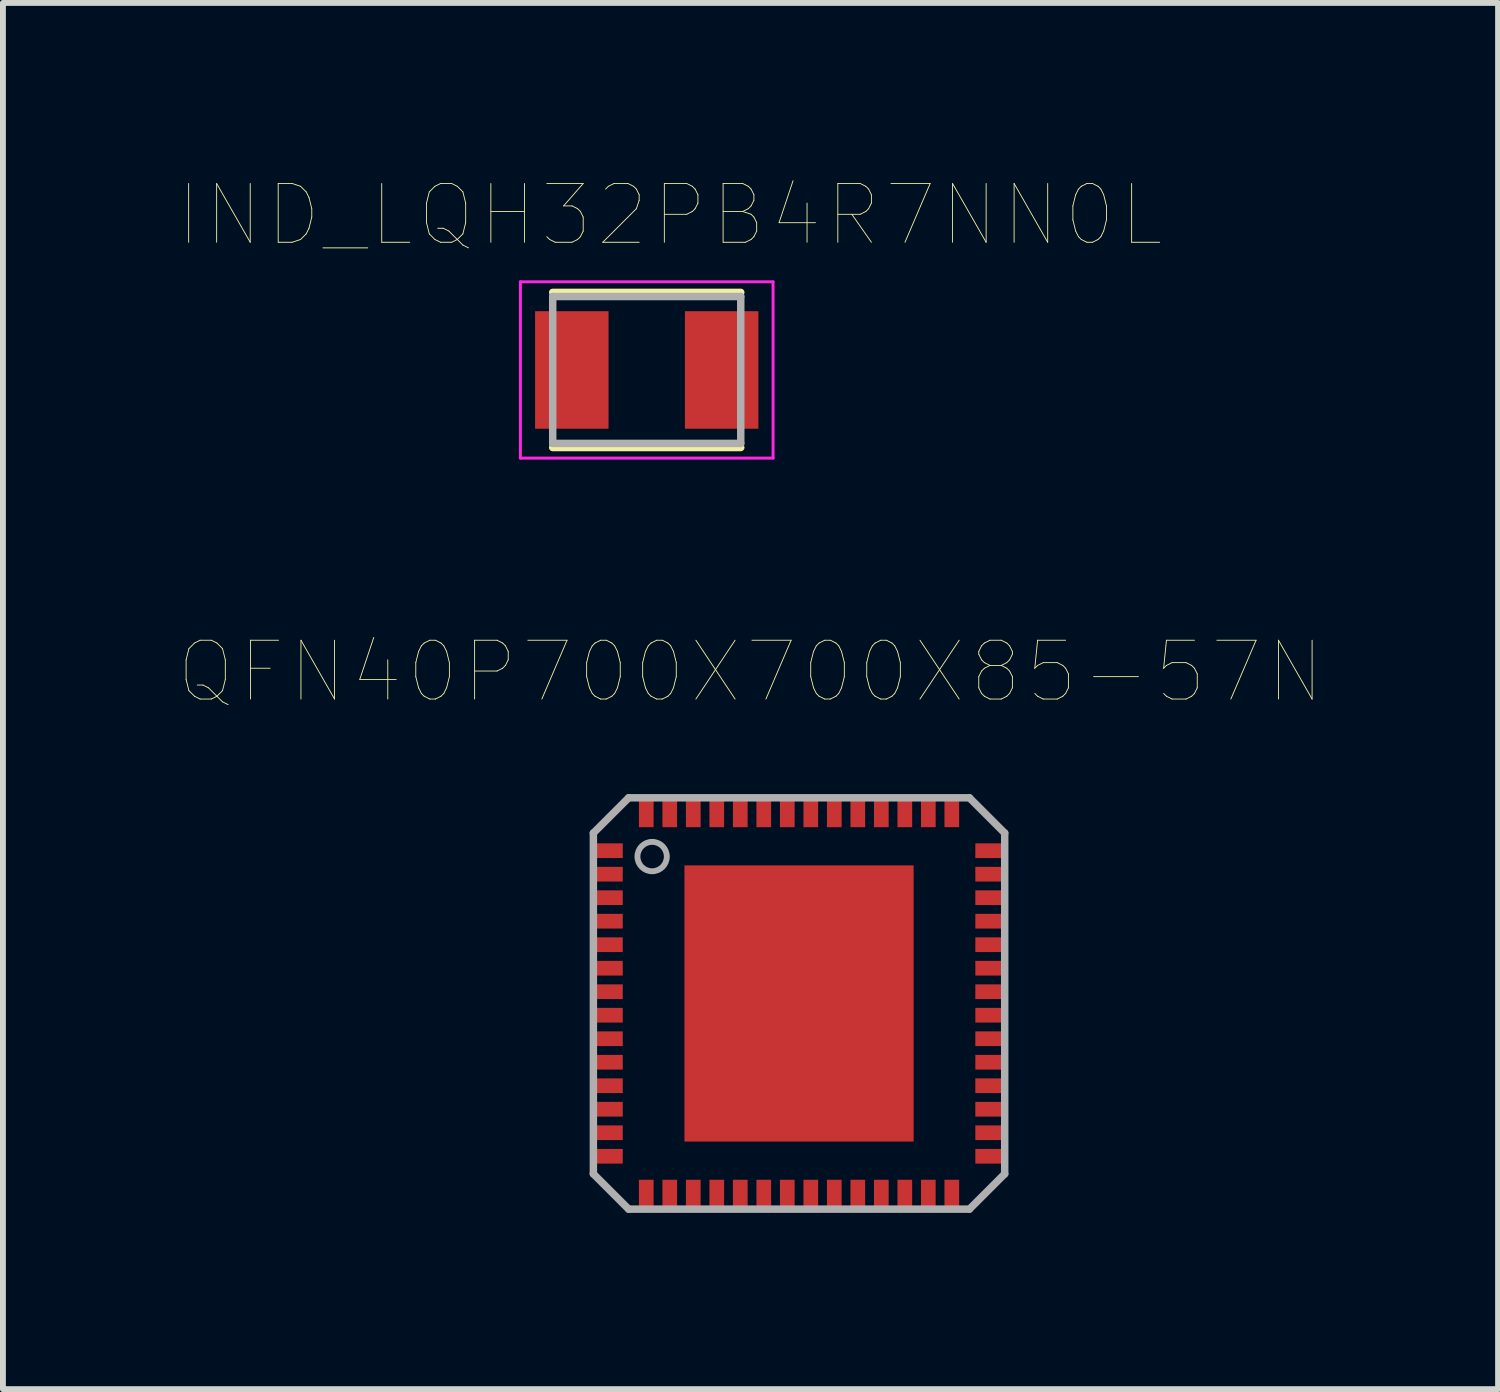
<source format=kicad_pcb>
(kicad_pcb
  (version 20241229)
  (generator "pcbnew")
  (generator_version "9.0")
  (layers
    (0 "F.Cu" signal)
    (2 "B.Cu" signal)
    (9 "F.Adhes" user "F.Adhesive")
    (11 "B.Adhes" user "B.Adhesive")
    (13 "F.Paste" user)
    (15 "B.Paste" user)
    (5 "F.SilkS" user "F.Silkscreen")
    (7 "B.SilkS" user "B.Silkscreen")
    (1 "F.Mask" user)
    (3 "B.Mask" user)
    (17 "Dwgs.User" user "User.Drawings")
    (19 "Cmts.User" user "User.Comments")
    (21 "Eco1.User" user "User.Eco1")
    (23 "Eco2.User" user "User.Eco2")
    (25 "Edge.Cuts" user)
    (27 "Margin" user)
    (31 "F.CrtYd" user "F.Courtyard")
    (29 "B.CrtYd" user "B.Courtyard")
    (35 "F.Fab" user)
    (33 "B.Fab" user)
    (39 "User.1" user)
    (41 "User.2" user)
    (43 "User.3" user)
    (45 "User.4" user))
  (footprint "IND_LQH32PB4R7NN0L"
    (layer "F.Cu")
    (at 7.956 3.246)
    (property "Reference" "IND_LQH32PB4R7NN0L" (at 0.395 -2.635 0) (layer "F.SilkS") (effects (font (size 1 1) (thickness 0.015))))
    (attr through_hole)
    (fp_line (start -1.6 -1.32) (end 1.6 -1.32) (stroke (width 0.127) (type solid)) (layer "F.SilkS"))
    (fp_line (start -1.6 1.32) (end 1.6 1.32) (stroke (width 0.127) (type solid)) (layer "F.SilkS"))
    (fp_line (start -2.15 -1.5) (end 2.15 -1.5) (stroke (width 0.05) (type solid)) (layer "F.CrtYd"))
    (fp_line (start -2.15 1.5) (end -2.15 -1.5) (stroke (width 0.05) (type solid)) (layer "F.CrtYd"))
    (fp_line (start 2.15 -1.5) (end 2.15 1.5) (stroke (width 0.05) (type solid)) (layer "F.CrtYd"))
    (fp_line (start 2.15 1.5) (end -2.15 1.5) (stroke (width 0.05) (type solid)) (layer "F.CrtYd"))
    (fp_line (start -1.6 -1.25) (end 1.6 -1.25) (stroke (width 0.127) (type solid)) (layer "F.Fab"))
    (fp_line (start -1.6 1.25) (end -1.6 -1.25) (stroke (width 0.127) (type solid)) (layer "F.Fab"))
    (fp_line (start 1.6 -1.25) (end 1.6 1.25) (stroke (width 0.127) (type solid)) (layer "F.Fab"))
    (fp_line (start 1.6 1.25) (end -1.6 1.25) (stroke (width 0.127) (type solid)) (layer "F.Fab"))
    (pad "1" smd rect (at -1.275 0) (size 1.25 2) (layers "F.Cu" "F.Mask" "F.Paste"))
    (pad "2" smd rect (at 1.275 0) (size 1.25 2) (layers "F.Cu" "F.Mask" "F.Paste")))
  (footprint "QFN40P700X700X85-57N"
    (layer "F.Cu")
    (at 10.548 14.027)
    (property "Reference" "QFN40P700X700X85-57N" (at -0.826 -5.643 0) (layer "F.SilkS") (effects (font (size 1.001 1.001) (thickness 0.015))))
    (attr through_hole)
    (fp_line (start -3.5 -2.9) (end -3.5 2.9) (stroke (width 0.127) (type solid)) (layer "F.Fab"))
    (fp_line (start -3.5 2.9) (end -2.9 3.5) (stroke (width 0.127) (type solid)) (layer "F.Fab"))
    (fp_line (start -2.9 -3.5) (end -3.5 -2.9) (stroke (width 0.127) (type solid)) (layer "F.Fab"))
    (fp_line (start -2.9 3.5) (end 2.9 3.5) (stroke (width 0.127) (type solid)) (layer "F.Fab"))
    (fp_line (start 2.9 -3.5) (end -2.9 -3.5) (stroke (width 0.127) (type solid)) (layer "F.Fab"))
    (fp_line (start 2.9 -3.5) (end 3.5 -2.9) (stroke (width 0.127) (type solid)) (layer "F.Fab"))
    (fp_line (start 3.5 2.9) (end 2.9 3.5) (stroke (width 0.127) (type solid)) (layer "F.Fab"))
    (fp_line (start 3.5 2.9) (end 3.5 -2.9) (stroke (width 0.127) (type solid)) (layer "F.Fab"))
    (fp_circle (center -2.5 -2.5) (end -2.25 -2.5) (stroke (width 0.1) (type solid)) (fill no) (layer "F.Fab"))
    (pad "1" smd rect (at -3.25 -2.6) (size 0.5 0.25) (layers "F.Cu" "F.Mask" "F.Paste"))
    (pad "2" smd rect (at -3.25 -2.2) (size 0.5 0.25) (layers "F.Cu" "F.Mask" "F.Paste"))
    (pad "3" smd rect (at -3.25 -1.8) (size 0.5 0.25) (layers "F.Cu" "F.Mask" "F.Paste"))
    (pad "4" smd rect (at -3.25 -1.4) (size 0.5 0.25) (layers "F.Cu" "F.Mask" "F.Paste"))
    (pad "5" smd rect (at -3.25 -1) (size 0.5 0.25) (layers "F.Cu" "F.Mask" "F.Paste"))
    (pad "6" smd rect (at -3.25 -0.6) (size 0.5 0.25) (layers "F.Cu" "F.Mask" "F.Paste"))
    (pad "7" smd rect (at -3.25 -0.2) (size 0.5 0.25) (layers "F.Cu" "F.Mask" "F.Paste"))
    (pad "8" smd rect (at -3.25 0.2) (size 0.5 0.25) (layers "F.Cu" "F.Mask" "F.Paste"))
    (pad "9" smd rect (at -3.25 0.6) (size 0.5 0.25) (layers "F.Cu" "F.Mask" "F.Paste"))
    (pad "10" smd rect (at -3.25 1) (size 0.5 0.25) (layers "F.Cu" "F.Mask" "F.Paste"))
    (pad "11" smd rect (at -3.25 1.4) (size 0.5 0.25) (layers "F.Cu" "F.Mask" "F.Paste"))
    (pad "12" smd rect (at -3.25 1.8) (size 0.5 0.25) (layers "F.Cu" "F.Mask" "F.Paste"))
    (pad "13" smd rect (at -3.25 2.2) (size 0.5 0.25) (layers "F.Cu" "F.Mask" "F.Paste"))
    (pad "14" smd rect (at -3.25 2.6) (size 0.5 0.25) (layers "F.Cu" "F.Mask" "F.Paste"))
    (pad "15" smd rect (at -2.6 3.25) (size 0.25 0.5) (layers "F.Cu" "F.Mask" "F.Paste"))
    (pad "16" smd rect (at -2.2 3.25) (size 0.25 0.5) (layers "F.Cu" "F.Mask" "F.Paste"))
    (pad "17" smd rect (at -1.8 3.25) (size 0.25 0.5) (layers "F.Cu" "F.Mask" "F.Paste"))
    (pad "18" smd rect (at -1.4 3.25) (size 0.25 0.5) (layers "F.Cu" "F.Mask" "F.Paste"))
    (pad "19" smd rect (at -1 3.25) (size 0.25 0.5) (layers "F.Cu" "F.Mask" "F.Paste"))
    (pad "20" smd rect (at -0.6 3.25) (size 0.25 0.5) (layers "F.Cu" "F.Mask" "F.Paste"))
    (pad "21" smd rect (at -0.2 3.25) (size 0.25 0.5) (layers "F.Cu" "F.Mask" "F.Paste"))
    (pad "22" smd rect (at 0.2 3.25) (size 0.25 0.5) (layers "F.Cu" "F.Mask" "F.Paste"))
    (pad "23" smd rect (at 0.6 3.25) (size 0.25 0.5) (layers "F.Cu" "F.Mask" "F.Paste"))
    (pad "24" smd rect (at 1 3.25) (size 0.25 0.5) (layers "F.Cu" "F.Mask" "F.Paste"))
    (pad "25" smd rect (at 1.4 3.25) (size 0.25 0.5) (layers "F.Cu" "F.Mask" "F.Paste"))
    (pad "26" smd rect (at 1.8 3.25) (size 0.25 0.5) (layers "F.Cu" "F.Mask" "F.Paste"))
    (pad "27" smd rect (at 2.2 3.25) (size 0.25 0.5) (layers "F.Cu" "F.Mask" "F.Paste"))
    (pad "28" smd rect (at 2.6 3.25) (size 0.25 0.5) (layers "F.Cu" "F.Mask" "F.Paste"))
    (pad "29" smd rect (at 3.25 2.6) (size 0.5 0.25) (layers "F.Cu" "F.Mask" "F.Paste"))
    (pad "30" smd rect (at 3.25 2.2) (size 0.5 0.25) (layers "F.Cu" "F.Mask" "F.Paste"))
    (pad "31" smd rect (at 3.25 1.8) (size 0.5 0.25) (layers "F.Cu" "F.Mask" "F.Paste"))
    (pad "32" smd rect (at 3.25 1.4) (size 0.5 0.25) (layers "F.Cu" "F.Mask" "F.Paste"))
    (pad "33" smd rect (at 3.25 1) (size 0.5 0.25) (layers "F.Cu" "F.Mask" "F.Paste"))
    (pad "34" smd rect (at 3.25 0.6) (size 0.5 0.25) (layers "F.Cu" "F.Mask" "F.Paste"))
    (pad "35" smd rect (at 3.25 0.2) (size 0.5 0.25) (layers "F.Cu" "F.Mask" "F.Paste"))
    (pad "36" smd rect (at 3.25 -0.2) (size 0.5 0.25) (layers "F.Cu" "F.Mask" "F.Paste"))
    (pad "37" smd rect (at 3.25 -0.6) (size 0.5 0.25) (layers "F.Cu" "F.Mask" "F.Paste"))
    (pad "38" smd rect (at 3.25 -1) (size 0.5 0.25) (layers "F.Cu" "F.Mask" "F.Paste"))
    (pad "39" smd rect (at 3.25 -1.4) (size 0.5 0.25) (layers "F.Cu" "F.Mask" "F.Paste"))
    (pad "40" smd rect (at 3.25 -1.8) (size 0.5 0.25) (layers "F.Cu" "F.Mask" "F.Paste"))
    (pad "41" smd rect (at 3.25 -2.2) (size 0.5 0.25) (layers "F.Cu" "F.Mask" "F.Paste"))
    (pad "42" smd rect (at 3.25 -2.6) (size 0.5 0.25) (layers "F.Cu" "F.Mask" "F.Paste"))
    (pad "43" smd rect (at 2.6 -3.25) (size 0.25 0.5) (layers "F.Cu" "F.Mask" "F.Paste"))
    (pad "44" smd rect (at 2.2 -3.25) (size 0.25 0.5) (layers "F.Cu" "F.Mask" "F.Paste"))
    (pad "45" smd rect (at 1.8 -3.25) (size 0.25 0.5) (layers "F.Cu" "F.Mask" "F.Paste"))
    (pad "46" smd rect (at 1.4 -3.25) (size 0.25 0.5) (layers "F.Cu" "F.Mask" "F.Paste"))
    (pad "47" smd rect (at 1 -3.25) (size 0.25 0.5) (layers "F.Cu" "F.Mask" "F.Paste"))
    (pad "48" smd rect (at 0.6 -3.25) (size 0.25 0.5) (layers "F.Cu" "F.Mask" "F.Paste"))
    (pad "49" smd rect (at 0.2 -3.25) (size 0.25 0.5) (layers "F.Cu" "F.Mask" "F.Paste"))
    (pad "50" smd rect (at -0.2 -3.25) (size 0.25 0.5) (layers "F.Cu" "F.Mask" "F.Paste"))
    (pad "51" smd rect (at -0.6 -3.25) (size 0.25 0.5) (layers "F.Cu" "F.Mask" "F.Paste"))
    (pad "52" smd rect (at -1 -3.25) (size 0.25 0.5) (layers "F.Cu" "F.Mask" "F.Paste"))
    (pad "53" smd rect (at -1.4 -3.25) (size 0.25 0.5) (layers "F.Cu" "F.Mask" "F.Paste"))
    (pad "54" smd rect (at -1.8 -3.25) (size 0.25 0.5) (layers "F.Cu" "F.Mask" "F.Paste"))
    (pad "55" smd rect (at -2.2 -3.25) (size 0.25 0.5) (layers "F.Cu" "F.Mask" "F.Paste"))
    (pad "56" smd rect (at -2.6 -3.25) (size 0.25 0.5) (layers "F.Cu" "F.Mask" "F.Paste"))
    (pad "57" smd rect (at 0 0) (size 3.9 4.7) (layers "F.Cu" "F.Mask" "F.Paste")))
  (gr_rect
    (start -3 -3)
    (end 22.444 20.59)
    (stroke (width 0.1) (type default))
    (fill no)
    (layer "Edge.Cuts")))
</source>
